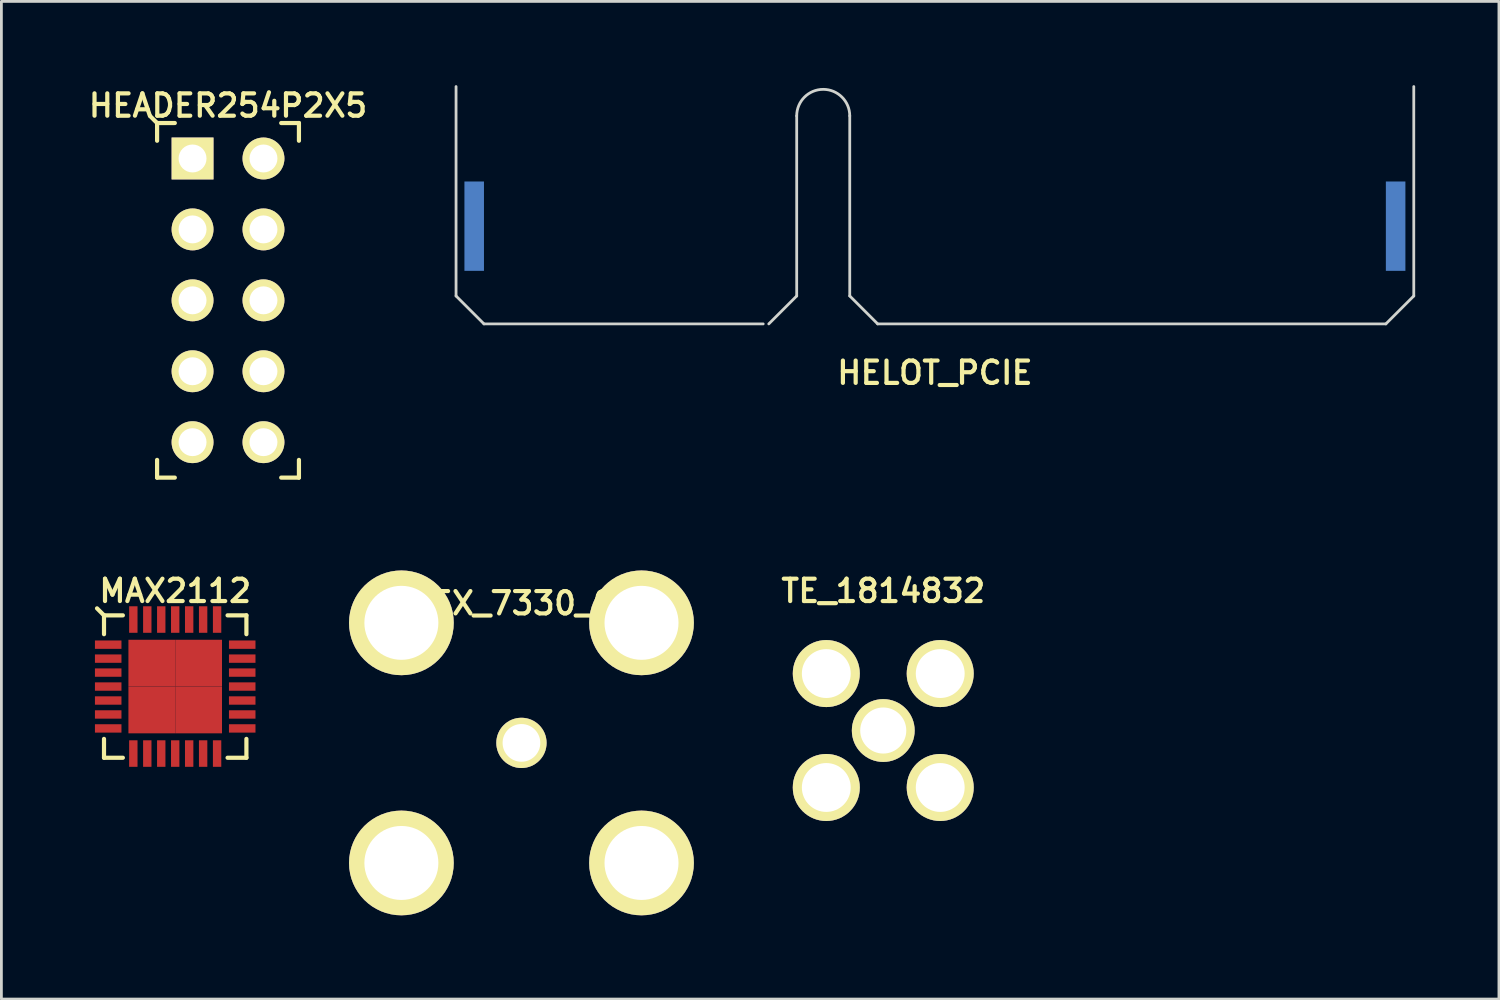
<source format=kicad_pcb>
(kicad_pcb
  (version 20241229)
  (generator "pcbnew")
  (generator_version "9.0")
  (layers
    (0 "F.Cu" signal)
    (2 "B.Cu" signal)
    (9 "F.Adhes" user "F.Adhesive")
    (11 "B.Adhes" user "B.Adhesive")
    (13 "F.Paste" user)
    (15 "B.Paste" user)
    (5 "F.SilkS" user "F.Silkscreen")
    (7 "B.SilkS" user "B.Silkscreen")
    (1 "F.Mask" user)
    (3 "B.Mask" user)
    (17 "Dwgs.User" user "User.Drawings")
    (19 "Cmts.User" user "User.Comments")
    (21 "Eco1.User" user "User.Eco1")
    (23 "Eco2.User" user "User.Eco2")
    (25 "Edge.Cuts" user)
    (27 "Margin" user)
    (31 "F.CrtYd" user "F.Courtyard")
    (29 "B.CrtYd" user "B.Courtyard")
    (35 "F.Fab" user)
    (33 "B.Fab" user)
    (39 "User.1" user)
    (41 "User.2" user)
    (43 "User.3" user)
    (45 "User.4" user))
  (footprint "HEADER254P2X5"
    (layer "F.Cu")
    (at 5.116 7.706)
    (property "Reference" "HEADER254P2X5" (at 0 -6.975 0) (layer "F.SilkS") (effects (font (size 0.8 0.8) (thickness 0.15))))
    (attr through_hole)
    (fp_line (start -2.54 -6.35) (end -2.79 -6.6) (stroke (width 0.15) (type solid)) (layer "F.SilkS"))
    (fp_line (start -2.54 -6.35) (end -2.54 -5.715) (stroke (width 0.15) (type solid)) (layer "F.SilkS"))
    (fp_line (start -2.54 -6.35) (end -1.905 -6.35) (stroke (width 0.15) (type solid)) (layer "F.SilkS"))
    (fp_line (start -2.54 6.35) (end -2.54 5.715) (stroke (width 0.15) (type solid)) (layer "F.SilkS"))
    (fp_line (start -2.54 6.35) (end -1.905 6.35) (stroke (width 0.15) (type solid)) (layer "F.SilkS"))
    (fp_line (start 2.54 -6.35) (end 1.905 -6.35) (stroke (width 0.15) (type solid)) (layer "F.SilkS"))
    (fp_line (start 2.54 -6.35) (end 2.54 -5.715) (stroke (width 0.15) (type solid)) (layer "F.SilkS"))
    (fp_line (start 2.54 6.35) (end 1.905 6.35) (stroke (width 0.15) (type solid)) (layer "F.SilkS"))
    (fp_line (start 2.54 6.35) (end 2.54 5.715) (stroke (width 0.15) (type solid)) (layer "F.SilkS"))
    (fp_line (start -2.54 -6.35) (end 2.54 -6.35) (stroke (width 0.15) (type solid)) (layer "Eco1.User"))
    (fp_line (start -2.54 6.35) (end -2.54 -6.35) (stroke (width 0.15) (type solid)) (layer "Eco1.User"))
    (fp_line (start 2.54 -6.35) (end 2.54 6.35) (stroke (width 0.15) (type solid)) (layer "Eco1.User"))
    (fp_line (start 2.54 6.35) (end -2.54 6.35) (stroke (width 0.15) (type solid)) (layer "Eco1.User"))
    (fp_line (start -2.8 -6.6) (end -2.8 6.6) (stroke (width 0.15) (type solid)) (layer "Eco2.User"))
    (fp_line (start -2.8 6.6) (end 2.8 6.6) (stroke (width 0.15) (type solid)) (layer "Eco2.User"))
    (fp_line (start 2.8 -6.6) (end -2.8 -6.6) (stroke (width 0.15) (type solid)) (layer "Eco2.User"))
    (fp_line (start 2.8 6.6) (end 2.8 -6.6) (stroke (width 0.15) (type solid)) (layer "Eco2.User"))
    (pad "1" thru_hole rect (at -1.27 -5.08) (size 1.5 1.5) (drill 1) (layers "*.Cu" "*.Mask" "F.SilkS" "F.Paste"))
    (pad "2" thru_hole circle (at 1.27 -5.08) (size 1.5 1.5) (drill 1) (layers "*.Cu" "*.Mask" "F.SilkS" "F.Paste"))
    (pad "3" thru_hole circle (at -1.27 -2.54) (size 1.5 1.5) (drill 1) (layers "*.Cu" "*.Mask" "F.SilkS" "F.Paste"))
    (pad "4" thru_hole circle (at 1.27 -2.54) (size 1.5 1.5) (drill 1) (layers "*.Cu" "*.Mask" "F.SilkS" "F.Paste"))
    (pad "5" thru_hole circle (at -1.27 0) (size 1.5 1.5) (drill 1) (layers "*.Cu" "*.Mask" "F.SilkS" "F.Paste"))
    (pad "6" thru_hole circle (at 1.27 0) (size 1.5 1.5) (drill 1) (layers "*.Cu" "*.Mask" "F.SilkS" "F.Paste"))
    (pad "7" thru_hole circle (at -1.27 2.54) (size 1.5 1.5) (drill 1) (layers "*.Cu" "*.Mask" "F.SilkS" "F.Paste"))
    (pad "8" thru_hole circle (at 1.27 2.54) (size 1.5 1.5) (drill 1) (layers "*.Cu" "*.Mask" "F.SilkS" "F.Paste"))
    (pad "9" thru_hole circle (at -1.27 5.08) (size 1.5 1.5) (drill 1) (layers "*.Cu" "*.Mask" "F.SilkS" "F.Paste"))
    (pad "10" thru_hole circle (at 1.27 5.08) (size 1.5 1.5) (drill 1) (layers "*.Cu" "*.Mask" "F.SilkS" "F.Paste")))
  (footprint "MAX2112"
    (layer "F.Cu")
    (at 3.225 21.538)
    (property "Reference" "MAX2112" (at 0 -3.425 0) (layer "F.SilkS") (effects (font (size 0.8 0.8) (thickness 0.15))))
    (attr through_hole)
    (fp_line (start -2.55 -2.55) (end -2.8 -2.8) (stroke (width 0.15) (type solid)) (layer "F.SilkS"))
    (fp_line (start -2.55 -2.55) (end -2.55 -1.875) (stroke (width 0.15) (type solid)) (layer "F.SilkS"))
    (fp_line (start -2.55 -2.55) (end -1.875 -2.55) (stroke (width 0.15) (type solid)) (layer "F.SilkS"))
    (fp_line (start -2.55 2.55) (end -2.55 1.875) (stroke (width 0.15) (type solid)) (layer "F.SilkS"))
    (fp_line (start -2.55 2.55) (end -1.875 2.55) (stroke (width 0.15) (type solid)) (layer "F.SilkS"))
    (fp_line (start 2.55 -2.55) (end 1.875 -2.55) (stroke (width 0.15) (type solid)) (layer "F.SilkS"))
    (fp_line (start 2.55 -2.55) (end 2.55 -1.875) (stroke (width 0.15) (type solid)) (layer "F.SilkS"))
    (fp_line (start 2.55 2.55) (end 1.875 2.55) (stroke (width 0.15) (type solid)) (layer "F.SilkS"))
    (fp_line (start 2.55 2.55) (end 2.55 1.875) (stroke (width 0.15) (type solid)) (layer "F.SilkS"))
    (fp_line (start -2.55 2.55) (end -2.55 -2.05) (stroke (width 0.15) (type solid)) (layer "Eco1.User"))
    (fp_line (start -2.05 -2.55) (end -2.55 -2.05) (stroke (width 0.15) (type solid)) (layer "Eco1.User"))
    (fp_line (start -2.05 -2.55) (end 2.55 -2.55) (stroke (width 0.15) (type solid)) (layer "Eco1.User"))
    (fp_line (start 2.55 -2.55) (end 2.55 2.55) (stroke (width 0.15) (type solid)) (layer "Eco1.User"))
    (fp_line (start 2.55 2.55) (end -2.55 2.55) (stroke (width 0.15) (type solid)) (layer "Eco1.User"))
    (fp_line (start -3.15 -3.15) (end -3.15 3.15) (stroke (width 0.15) (type solid)) (layer "Eco2.User"))
    (fp_line (start -3.15 3.15) (end 3.15 3.15) (stroke (width 0.15) (type solid)) (layer "Eco2.User"))
    (fp_line (start 3.15 -3.15) (end -3.15 -3.15) (stroke (width 0.15) (type solid)) (layer "Eco2.User"))
    (fp_line (start 3.15 3.15) (end 3.15 -3.15) (stroke (width 0.15) (type solid)) (layer "Eco2.User"))
    (pad "1" smd rect (at -2.4 -1.5) (size 0.95 0.3) (layers "F.Cu" "F.Mask" "F.Paste"))
    (pad "2" smd rect (at -2.4 -1) (size 0.95 0.3) (layers "F.Cu" "F.Mask" "F.Paste"))
    (pad "3" smd rect (at -2.4 -0.5) (size 0.95 0.3) (layers "F.Cu" "F.Mask" "F.Paste"))
    (pad "4" smd rect (at -2.4 0) (size 0.95 0.3) (layers "F.Cu" "F.Mask" "F.Paste"))
    (pad "5" smd rect (at -2.4 0.5) (size 0.95 0.3) (layers "F.Cu" "F.Mask" "F.Paste"))
    (pad "6" smd rect (at -2.4 1) (size 0.95 0.3) (layers "F.Cu" "F.Mask" "F.Paste"))
    (pad "7" smd rect (at -2.4 1.5) (size 0.95 0.3) (layers "F.Cu" "F.Mask" "F.Paste"))
    (pad "8" smd rect (at -1.5 2.4) (size 0.3 0.95) (layers "F.Cu" "F.Mask" "F.Paste"))
    (pad "9" smd rect (at -1 2.4) (size 0.3 0.95) (layers "F.Cu" "F.Mask" "F.Paste"))
    (pad "10" smd rect (at -0.5 2.4) (size 0.3 0.95) (layers "F.Cu" "F.Mask" "F.Paste"))
    (pad "11" smd rect (at 0 2.4) (size 0.3 0.95) (layers "F.Cu" "F.Mask" "F.Paste"))
    (pad "12" smd rect (at 0.5 2.4) (size 0.3 0.95) (layers "F.Cu" "F.Mask" "F.Paste"))
    (pad "13" smd rect (at 1 2.4) (size 0.3 0.95) (layers "F.Cu" "F.Mask" "F.Paste"))
    (pad "14" smd rect (at 1.5 2.4) (size 0.3 0.95) (layers "F.Cu" "F.Mask" "F.Paste"))
    (pad "15" smd rect (at 2.4 1.5) (size 0.95 0.3) (layers "F.Cu" "F.Mask" "F.Paste"))
    (pad "16" smd rect (at 2.4 1) (size 0.95 0.3) (layers "F.Cu" "F.Mask" "F.Paste"))
    (pad "17" smd rect (at 2.4 0.5) (size 0.95 0.3) (layers "F.Cu" "F.Mask" "F.Paste"))
    (pad "18" smd rect (at 2.4 0) (size 0.95 0.3) (layers "F.Cu" "F.Mask" "F.Paste"))
    (pad "19" smd rect (at 2.4 -0.5) (size 0.95 0.3) (layers "F.Cu" "F.Mask" "F.Paste"))
    (pad "20" smd rect (at 2.4 -1) (size 0.95 0.3) (layers "F.Cu" "F.Mask" "F.Paste"))
    (pad "21" smd rect (at 2.4 -1.5) (size 0.95 0.3) (layers "F.Cu" "F.Mask" "F.Paste"))
    (pad "22" smd rect (at 1.5 -2.4) (size 0.3 0.95) (layers "F.Cu" "F.Mask" "F.Paste"))
    (pad "23" smd rect (at 1 -2.4) (size 0.3 0.95) (layers "F.Cu" "F.Mask" "F.Paste"))
    (pad "24" smd rect (at 0.5 -2.4) (size 0.3 0.95) (layers "F.Cu" "F.Mask" "F.Paste"))
    (pad "25" smd rect (at 0 -2.4) (size 0.3 0.95) (layers "F.Cu" "F.Mask" "F.Paste"))
    (pad "26" smd rect (at -0.5 -2.4) (size 0.3 0.95) (layers "F.Cu" "F.Mask" "F.Paste"))
    (pad "27" smd rect (at -1 -2.4) (size 0.3 0.95) (layers "F.Cu" "F.Mask" "F.Paste"))
    (pad "28" smd rect (at -1.5 -2.4) (size 0.3 0.95) (layers "F.Cu" "F.Mask" "F.Paste"))
    (pad "29" smd rect (at -0.838 -0.838) (size 1.675 1.675) (layers "F.Cu" "F.Mask" "F.Paste"))
    (pad "29" smd rect (at -0.838 0.838) (size 1.675 1.675) (layers "F.Cu" "F.Mask" "F.Paste"))
    (pad "29" smd rect (at 0.838 -0.838) (size 1.675 1.675) (layers "F.Cu" "F.Mask" "F.Paste"))
    (pad "29" smd rect (at 0.838 0.838) (size 1.675 1.675) (layers "F.Cu" "F.Mask" "F.Paste")))
  (footprint "TE_1814832"
    (layer "F.Cu")
    (at 28.583 23.113)
    (property "Reference" "TE_1814832" (at 0 -5 0) (layer "F.SilkS") (effects (font (size 0.8 0.8) (thickness 0.15))))
    (attr through_hole)
    (pad "1" thru_hole circle (at 0 0) (size 2.25 2.25) (drill 1.65) (layers "*.Cu" "*.Mask" "F.SilkS" "F.Paste"))
    (pad "2" thru_hole circle (at -2.04 -2.04) (size 2.4 2.4) (drill 1.75) (layers "*.Cu" "*.Mask" "F.SilkS" "F.Paste"))
    (pad "2" thru_hole circle (at -2.04 2.04) (size 2.4 2.4) (drill 1.75) (layers "*.Cu" "*.Mask" "F.SilkS" "F.Paste"))
    (pad "2" thru_hole circle (at 2.04 -2.04) (size 2.4 2.4) (drill 1.75) (layers "*.Cu" "*.Mask" "F.SilkS" "F.Paste"))
    (pad "2" thru_hole circle (at 2.04 2.04) (size 2.4 2.4) (drill 1.75) (layers "*.Cu" "*.Mask" "F.SilkS" "F.Paste")))
  (footprint "HELOT_PCIE"
    (layer "F.Cu")
    (at 30.433 8.55)
    (property "Reference" "HELOT_PCIE" (at 0 1.75 0) (layer "F.SilkS") (effects (font (size 0.8 0.8) (thickness 0.15))))
    (attr through_hole)
    (fp_line (start -17.15 -1) (end -17.15 -8.5) (stroke (width 0.1) (type solid)) (layer "Edge.Cuts"))
    (fp_line (start -16.15 0) (end -17.15 -1) (stroke (width 0.1) (type solid)) (layer "Edge.Cuts"))
    (fp_line (start -16.15 0) (end -6.15 0) (stroke (width 0.1) (type solid)) (layer "Edge.Cuts"))
    (fp_line (start -5.95 0) (end -4.95 -1) (stroke (width 0.1) (type solid)) (layer "Edge.Cuts"))
    (fp_line (start -4.95 -1) (end -4.95 -7.45) (stroke (width 0.1) (type solid)) (layer "Edge.Cuts"))
    (fp_line (start -3.05 -1) (end -3.05 -7.45) (stroke (width 0.1) (type solid)) (layer "Edge.Cuts"))
    (fp_line (start -3.05 -1) (end -2.05 0) (stroke (width 0.1) (type solid)) (layer "Edge.Cuts"))
    (fp_line (start -2.05 0) (end 16.15 0) (stroke (width 0.1) (type solid)) (layer "Edge.Cuts"))
    (fp_line (start 16.15 0) (end 17.15 -1) (stroke (width 0.1) (type solid)) (layer "Edge.Cuts"))
    (fp_line (start 17.15 -1) (end 17.15 -8.5) (stroke (width 0.1) (type solid)) (layer "Edge.Cuts"))
    (fp_arc (start -4.95 -7.45) (mid -4 -8.4) (end -3.05 -7.45) (stroke (width 0.1) (type solid)) (layer "Edge.Cuts"))
    (pad "2" smd rect (at -16.5 -3.5) (size 0.7 3.2) (layers "B.Cu" "B.Mask" "B.Paste"))
    (pad "64" smd rect (at 16.5 -3.5) (size 0.7 3.2) (layers "B.Cu" "B.Mask" "B.Paste")))
  (footprint "MOLEX_7330_0030"
    (layer "F.Cu")
    (at 15.625 23.556)
    (property "Reference" "MOLEX_7330_0030" (at 0 -5 0) (layer "F.SilkS") (effects (font (size 0.8 0.8) (thickness 0.15))))
    (attr through_hole)
    (pad "1" thru_hole circle (at 0 0) (size 1.8 1.8) (drill 1.35) (layers "*.Cu" "*.Mask" "F.SilkS" "F.Paste"))
    (pad "2" thru_hole circle (at -4.3 -4.3) (size 3.75 3.75) (drill 2.65) (layers "*.Cu" "*.Mask" "F.SilkS" "F.Paste"))
    (pad "2" thru_hole circle (at -4.3 4.3) (size 3.75 3.75) (drill 2.65) (layers "*.Cu" "*.Mask" "F.SilkS" "F.Paste"))
    (pad "2" thru_hole circle (at 4.3 -4.3) (size 3.75 3.75) (drill 2.65) (layers "*.Cu" "*.Mask" "F.SilkS" "F.Paste"))
    (pad "2" thru_hole circle (at 4.3 4.3) (size 3.75 3.75) (drill 2.65) (layers "*.Cu" "*.Mask" "F.SilkS" "F.Paste")))
  (gr_rect
    (start -3 -3)
    (end 50.633 32.731)
    (stroke (width 0.1) (type default))
    (fill no)
    (layer "Edge.Cuts")))
</source>
